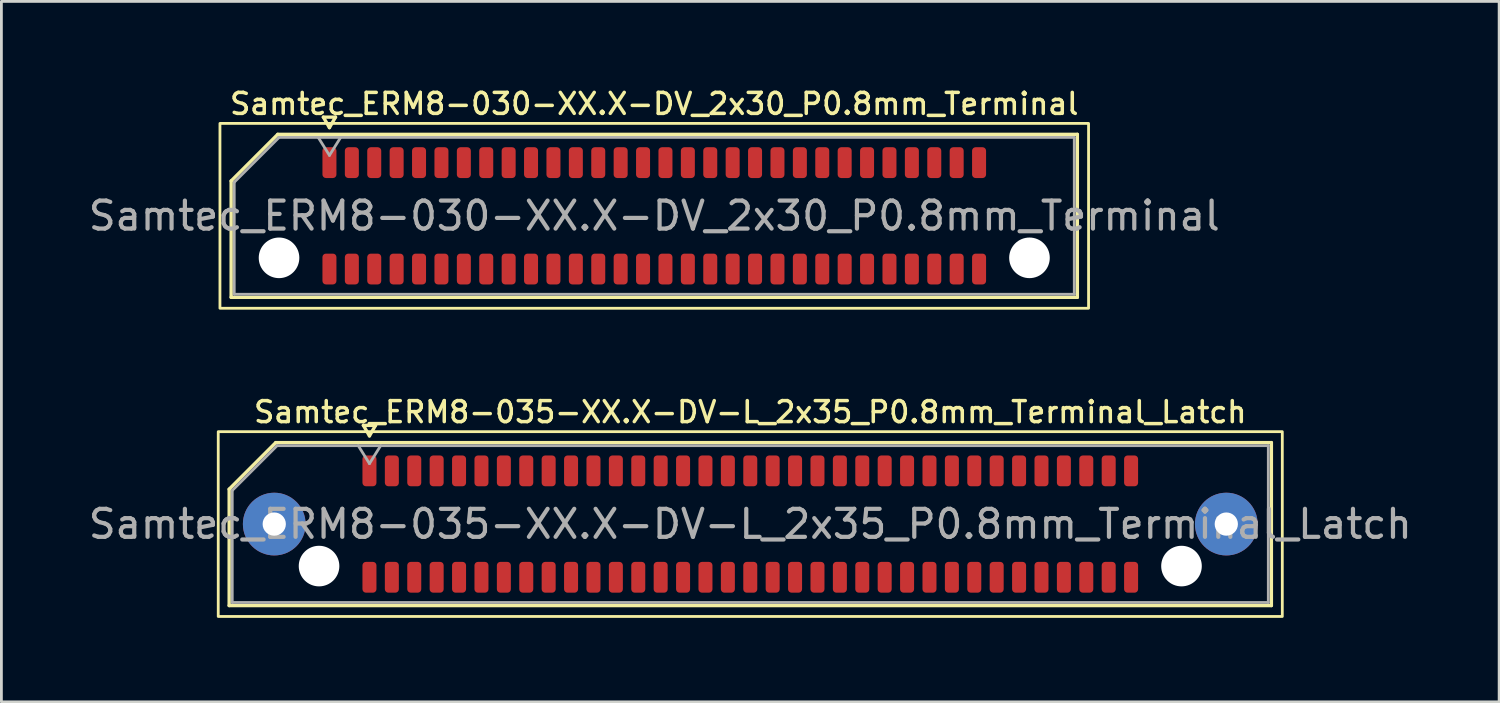
<source format=kicad_pcb>
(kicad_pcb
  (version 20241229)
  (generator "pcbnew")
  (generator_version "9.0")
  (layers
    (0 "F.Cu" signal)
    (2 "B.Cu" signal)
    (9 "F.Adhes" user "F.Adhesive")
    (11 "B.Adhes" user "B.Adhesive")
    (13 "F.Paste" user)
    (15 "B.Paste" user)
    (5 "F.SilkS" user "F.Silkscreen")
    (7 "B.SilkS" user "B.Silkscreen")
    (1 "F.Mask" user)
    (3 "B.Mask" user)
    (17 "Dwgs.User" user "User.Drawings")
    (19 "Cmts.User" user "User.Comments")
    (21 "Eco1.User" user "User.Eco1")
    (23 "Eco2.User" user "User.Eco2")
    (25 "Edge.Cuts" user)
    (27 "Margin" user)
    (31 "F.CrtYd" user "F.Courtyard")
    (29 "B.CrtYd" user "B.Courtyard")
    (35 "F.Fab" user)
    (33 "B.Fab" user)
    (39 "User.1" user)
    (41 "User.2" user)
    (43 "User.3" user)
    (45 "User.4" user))
  (footprint "Samtec_ERM8-035-XX.X-DV-L_2x35_P0.8mm_Terminal_Latch"
    (layer "F.Cu")
    (at 23.744 15.666)
    (property "Reference" "Samtec_ERM8-035-XX.X-DV-L_2x35_P0.8mm_Terminal_Latch" (at 0 -4 0) (layer "F.SilkS") (effects (font (size 0.75 0.75) (thickness 0.125))))
    (attr smd)
    (fp_line (start -18.61 -1.246) (end -16.946 -2.91) (stroke (width 0.12) (type solid)) (layer "F.SilkS"))
    (fp_line (start -18.61 2.91) (end -18.61 -1.246) (stroke (width 0.12) (type solid)) (layer "F.SilkS"))
    (fp_line (start -16.946 -2.91) (end 18.61 -2.91) (stroke (width 0.12) (type solid)) (layer "F.SilkS"))
    (fp_line (start -13.817 -3.525) (end -13.6 -3.15) (stroke (width 0.12) (type solid)) (layer "F.SilkS"))
    (fp_line (start -13.6 -3.15) (end -13.383 -3.525) (stroke (width 0.12) (type solid)) (layer "F.SilkS"))
    (fp_line (start -13.383 -3.525) (end -13.817 -3.525) (stroke (width 0.12) (type solid)) (layer "F.SilkS"))
    (fp_line (start 18.61 -2.91) (end 18.61 2.91) (stroke (width 0.12) (type solid)) (layer "F.SilkS"))
    (fp_line (start 18.61 2.91) (end -18.61 2.91) (stroke (width 0.12) (type solid)) (layer "F.SilkS"))
    (fp_rect (start -19 -3.3) (end 19 3.3) (stroke (width 0.1) (type solid)) (fill no) (layer "F.SilkS"))
    (fp_line (start -18.5 -1.2) (end -16.9 -2.8) (stroke (width 0.1) (type solid)) (layer "F.Fab"))
    (fp_line (start -18.5 2.8) (end -18.5 -1.2) (stroke (width 0.1) (type solid)) (layer "F.Fab"))
    (fp_line (start -16.9 -2.8) (end 18.5 -2.8) (stroke (width 0.1) (type solid)) (layer "F.Fab"))
    (fp_line (start -14 -2.8) (end -13.6 -2.16) (stroke (width 0.1) (type solid)) (layer "F.Fab"))
    (fp_line (start -13.6 -2.16) (end -13.2 -2.8) (stroke (width 0.1) (type solid)) (layer "F.Fab"))
    (fp_line (start 18.5 -2.8) (end 18.5 2.8) (stroke (width 0.1) (type solid)) (layer "F.Fab"))
    (fp_line (start 18.5 2.8) (end -18.5 2.8) (stroke (width 0.1) (type solid)) (layer "F.Fab"))
    (fp_text user "${REFERENCE}" (at 0 0 0) (layer "F.Fab") (effects (font (size 1 1) (thickness 0.15))))
    (pad "" thru_hole circle (at -17 0) (size 2.24 2.24) (drill 0.83) (layers "*.Cu" "*.Mask" "F.Paste"))
    (pad "" np_thru_hole circle (at -15.4 1.5) (size 1.45 1.45) (drill 1.45) (layers "*.Cu" "*.Mask"))
    (pad "" np_thru_hole circle (at 15.4 1.5) (size 1.45 1.45) (drill 1.45) (layers "*.Cu" "*.Mask"))
    (pad "" thru_hole circle (at 17 0) (size 2.24 2.24) (drill 0.83) (layers "*.Cu" "*.Mask" "F.Paste"))
    (pad "1" smd roundrect (at -13.6 -1.9) (size 0.5 1.1) (layers "F.Cu" "F.Mask" "F.Paste") (roundrect_rratio 0.25))
    (pad "2" smd roundrect (at -13.6 1.9) (size 0.5 1.1) (layers "F.Cu" "F.Mask" "F.Paste") (roundrect_rratio 0.25))
    (pad "3" smd roundrect (at -12.8 -1.9) (size 0.5 1.1) (layers "F.Cu" "F.Mask" "F.Paste") (roundrect_rratio 0.25))
    (pad "4" smd roundrect (at -12.8 1.9) (size 0.5 1.1) (layers "F.Cu" "F.Mask" "F.Paste") (roundrect_rratio 0.25))
    (pad "5" smd roundrect (at -12 -1.9) (size 0.5 1.1) (layers "F.Cu" "F.Mask" "F.Paste") (roundrect_rratio 0.25))
    (pad "6" smd roundrect (at -12 1.9) (size 0.5 1.1) (layers "F.Cu" "F.Mask" "F.Paste") (roundrect_rratio 0.25))
    (pad "7" smd roundrect (at -11.2 -1.9) (size 0.5 1.1) (layers "F.Cu" "F.Mask" "F.Paste") (roundrect_rratio 0.25))
    (pad "8" smd roundrect (at -11.2 1.9) (size 0.5 1.1) (layers "F.Cu" "F.Mask" "F.Paste") (roundrect_rratio 0.25))
    (pad "9" smd roundrect (at -10.4 -1.9) (size 0.5 1.1) (layers "F.Cu" "F.Mask" "F.Paste") (roundrect_rratio 0.25))
    (pad "10" smd roundrect (at -10.4 1.9) (size 0.5 1.1) (layers "F.Cu" "F.Mask" "F.Paste") (roundrect_rratio 0.25))
    (pad "11" smd roundrect (at -9.6 -1.9) (size 0.5 1.1) (layers "F.Cu" "F.Mask" "F.Paste") (roundrect_rratio 0.25))
    (pad "12" smd roundrect (at -9.6 1.9) (size 0.5 1.1) (layers "F.Cu" "F.Mask" "F.Paste") (roundrect_rratio 0.25))
    (pad "13" smd roundrect (at -8.8 -1.9) (size 0.5 1.1) (layers "F.Cu" "F.Mask" "F.Paste") (roundrect_rratio 0.25))
    (pad "14" smd roundrect (at -8.8 1.9) (size 0.5 1.1) (layers "F.Cu" "F.Mask" "F.Paste") (roundrect_rratio 0.25))
    (pad "15" smd roundrect (at -8 -1.9) (size 0.5 1.1) (layers "F.Cu" "F.Mask" "F.Paste") (roundrect_rratio 0.25))
    (pad "16" smd roundrect (at -8 1.9) (size 0.5 1.1) (layers "F.Cu" "F.Mask" "F.Paste") (roundrect_rratio 0.25))
    (pad "17" smd roundrect (at -7.2 -1.9) (size 0.5 1.1) (layers "F.Cu" "F.Mask" "F.Paste") (roundrect_rratio 0.25))
    (pad "18" smd roundrect (at -7.2 1.9) (size 0.5 1.1) (layers "F.Cu" "F.Mask" "F.Paste") (roundrect_rratio 0.25))
    (pad "19" smd roundrect (at -6.4 -1.9) (size 0.5 1.1) (layers "F.Cu" "F.Mask" "F.Paste") (roundrect_rratio 0.25))
    (pad "20" smd roundrect (at -6.4 1.9) (size 0.5 1.1) (layers "F.Cu" "F.Mask" "F.Paste") (roundrect_rratio 0.25))
    (pad "21" smd roundrect (at -5.6 -1.9) (size 0.5 1.1) (layers "F.Cu" "F.Mask" "F.Paste") (roundrect_rratio 0.25))
    (pad "22" smd roundrect (at -5.6 1.9) (size 0.5 1.1) (layers "F.Cu" "F.Mask" "F.Paste") (roundrect_rratio 0.25))
    (pad "23" smd roundrect (at -4.8 -1.9) (size 0.5 1.1) (layers "F.Cu" "F.Mask" "F.Paste") (roundrect_rratio 0.25))
    (pad "24" smd roundrect (at -4.8 1.9) (size 0.5 1.1) (layers "F.Cu" "F.Mask" "F.Paste") (roundrect_rratio 0.25))
    (pad "25" smd roundrect (at -4 -1.9) (size 0.5 1.1) (layers "F.Cu" "F.Mask" "F.Paste") (roundrect_rratio 0.25))
    (pad "26" smd roundrect (at -4 1.9) (size 0.5 1.1) (layers "F.Cu" "F.Mask" "F.Paste") (roundrect_rratio 0.25))
    (pad "27" smd roundrect (at -3.2 -1.9) (size 0.5 1.1) (layers "F.Cu" "F.Mask" "F.Paste") (roundrect_rratio 0.25))
    (pad "28" smd roundrect (at -3.2 1.9) (size 0.5 1.1) (layers "F.Cu" "F.Mask" "F.Paste") (roundrect_rratio 0.25))
    (pad "29" smd roundrect (at -2.4 -1.9) (size 0.5 1.1) (layers "F.Cu" "F.Mask" "F.Paste") (roundrect_rratio 0.25))
    (pad "30" smd roundrect (at -2.4 1.9) (size 0.5 1.1) (layers "F.Cu" "F.Mask" "F.Paste") (roundrect_rratio 0.25))
    (pad "31" smd roundrect (at -1.6 -1.9) (size 0.5 1.1) (layers "F.Cu" "F.Mask" "F.Paste") (roundrect_rratio 0.25))
    (pad "32" smd roundrect (at -1.6 1.9) (size 0.5 1.1) (layers "F.Cu" "F.Mask" "F.Paste") (roundrect_rratio 0.25))
    (pad "33" smd roundrect (at -0.8 -1.9) (size 0.5 1.1) (layers "F.Cu" "F.Mask" "F.Paste") (roundrect_rratio 0.25))
    (pad "34" smd roundrect (at -0.8 1.9) (size 0.5 1.1) (layers "F.Cu" "F.Mask" "F.Paste") (roundrect_rratio 0.25))
    (pad "35" smd roundrect (at 0 -1.9) (size 0.5 1.1) (layers "F.Cu" "F.Mask" "F.Paste") (roundrect_rratio 0.25))
    (pad "36" smd roundrect (at 0 1.9) (size 0.5 1.1) (layers "F.Cu" "F.Mask" "F.Paste") (roundrect_rratio 0.25))
    (pad "37" smd roundrect (at 0.8 -1.9) (size 0.5 1.1) (layers "F.Cu" "F.Mask" "F.Paste") (roundrect_rratio 0.25))
    (pad "38" smd roundrect (at 0.8 1.9) (size 0.5 1.1) (layers "F.Cu" "F.Mask" "F.Paste") (roundrect_rratio 0.25))
    (pad "39" smd roundrect (at 1.6 -1.9) (size 0.5 1.1) (layers "F.Cu" "F.Mask" "F.Paste") (roundrect_rratio 0.25))
    (pad "40" smd roundrect (at 1.6 1.9) (size 0.5 1.1) (layers "F.Cu" "F.Mask" "F.Paste") (roundrect_rratio 0.25))
    (pad "41" smd roundrect (at 2.4 -1.9) (size 0.5 1.1) (layers "F.Cu" "F.Mask" "F.Paste") (roundrect_rratio 0.25))
    (pad "42" smd roundrect (at 2.4 1.9) (size 0.5 1.1) (layers "F.Cu" "F.Mask" "F.Paste") (roundrect_rratio 0.25))
    (pad "43" smd roundrect (at 3.2 -1.9) (size 0.5 1.1) (layers "F.Cu" "F.Mask" "F.Paste") (roundrect_rratio 0.25))
    (pad "44" smd roundrect (at 3.2 1.9) (size 0.5 1.1) (layers "F.Cu" "F.Mask" "F.Paste") (roundrect_rratio 0.25))
    (pad "45" smd roundrect (at 4 -1.9) (size 0.5 1.1) (layers "F.Cu" "F.Mask" "F.Paste") (roundrect_rratio 0.25))
    (pad "46" smd roundrect (at 4 1.9) (size 0.5 1.1) (layers "F.Cu" "F.Mask" "F.Paste") (roundrect_rratio 0.25))
    (pad "47" smd roundrect (at 4.8 -1.9) (size 0.5 1.1) (layers "F.Cu" "F.Mask" "F.Paste") (roundrect_rratio 0.25))
    (pad "48" smd roundrect (at 4.8 1.9) (size 0.5 1.1) (layers "F.Cu" "F.Mask" "F.Paste") (roundrect_rratio 0.25))
    (pad "49" smd roundrect (at 5.6 -1.9) (size 0.5 1.1) (layers "F.Cu" "F.Mask" "F.Paste") (roundrect_rratio 0.25))
    (pad "50" smd roundrect (at 5.6 1.9) (size 0.5 1.1) (layers "F.Cu" "F.Mask" "F.Paste") (roundrect_rratio 0.25))
    (pad "51" smd roundrect (at 6.4 -1.9) (size 0.5 1.1) (layers "F.Cu" "F.Mask" "F.Paste") (roundrect_rratio 0.25))
    (pad "52" smd roundrect (at 6.4 1.9) (size 0.5 1.1) (layers "F.Cu" "F.Mask" "F.Paste") (roundrect_rratio 0.25))
    (pad "53" smd roundrect (at 7.2 -1.9) (size 0.5 1.1) (layers "F.Cu" "F.Mask" "F.Paste") (roundrect_rratio 0.25))
    (pad "54" smd roundrect (at 7.2 1.9) (size 0.5 1.1) (layers "F.Cu" "F.Mask" "F.Paste") (roundrect_rratio 0.25))
    (pad "55" smd roundrect (at 8 -1.9) (size 0.5 1.1) (layers "F.Cu" "F.Mask" "F.Paste") (roundrect_rratio 0.25))
    (pad "56" smd roundrect (at 8 1.9) (size 0.5 1.1) (layers "F.Cu" "F.Mask" "F.Paste") (roundrect_rratio 0.25))
    (pad "57" smd roundrect (at 8.8 -1.9) (size 0.5 1.1) (layers "F.Cu" "F.Mask" "F.Paste") (roundrect_rratio 0.25))
    (pad "58" smd roundrect (at 8.8 1.9) (size 0.5 1.1) (layers "F.Cu" "F.Mask" "F.Paste") (roundrect_rratio 0.25))
    (pad "59" smd roundrect (at 9.6 -1.9) (size 0.5 1.1) (layers "F.Cu" "F.Mask" "F.Paste") (roundrect_rratio 0.25))
    (pad "60" smd roundrect (at 9.6 1.9) (size 0.5 1.1) (layers "F.Cu" "F.Mask" "F.Paste") (roundrect_rratio 0.25))
    (pad "61" smd roundrect (at 10.4 -1.9) (size 0.5 1.1) (layers "F.Cu" "F.Mask" "F.Paste") (roundrect_rratio 0.25))
    (pad "62" smd roundrect (at 10.4 1.9) (size 0.5 1.1) (layers "F.Cu" "F.Mask" "F.Paste") (roundrect_rratio 0.25))
    (pad "63" smd roundrect (at 11.2 -1.9) (size 0.5 1.1) (layers "F.Cu" "F.Mask" "F.Paste") (roundrect_rratio 0.25))
    (pad "64" smd roundrect (at 11.2 1.9) (size 0.5 1.1) (layers "F.Cu" "F.Mask" "F.Paste") (roundrect_rratio 0.25))
    (pad "65" smd roundrect (at 12 -1.9) (size 0.5 1.1) (layers "F.Cu" "F.Mask" "F.Paste") (roundrect_rratio 0.25))
    (pad "66" smd roundrect (at 12 1.9) (size 0.5 1.1) (layers "F.Cu" "F.Mask" "F.Paste") (roundrect_rratio 0.25))
    (pad "67" smd roundrect (at 12.8 -1.9) (size 0.5 1.1) (layers "F.Cu" "F.Mask" "F.Paste") (roundrect_rratio 0.25))
    (pad "68" smd roundrect (at 12.8 1.9) (size 0.5 1.1) (layers "F.Cu" "F.Mask" "F.Paste") (roundrect_rratio 0.25))
    (pad "69" smd roundrect (at 13.6 -1.9) (size 0.5 1.1) (layers "F.Cu" "F.Mask" "F.Paste") (roundrect_rratio 0.25))
    (pad "70" smd roundrect (at 13.6 1.9) (size 0.5 1.1) (layers "F.Cu" "F.Mask" "F.Paste") (roundrect_rratio 0.25)))
  (footprint "Samtec_ERM8-030-XX.X-DV_2x30_P0.8mm_Terminal"
    (layer "F.Cu")
    (at 20.315 4.658)
    (property "Reference" "Samtec_ERM8-030-XX.X-DV_2x30_P0.8mm_Terminal" (at 0 -4 0) (layer "F.SilkS") (effects (font (size 0.75 0.75) (thickness 0.125))))
    (attr smd)
    (fp_line (start -15.11 -1.246) (end -13.446 -2.91) (stroke (width 0.12) (type solid)) (layer "F.SilkS"))
    (fp_line (start -15.11 2.91) (end -15.11 -1.246) (stroke (width 0.12) (type solid)) (layer "F.SilkS"))
    (fp_line (start -13.446 -2.91) (end 15.11 -2.91) (stroke (width 0.12) (type solid)) (layer "F.SilkS"))
    (fp_line (start -11.817 -3.525) (end -11.6 -3.15) (stroke (width 0.12) (type solid)) (layer "F.SilkS"))
    (fp_line (start -11.6 -3.15) (end -11.383 -3.525) (stroke (width 0.12) (type solid)) (layer "F.SilkS"))
    (fp_line (start -11.383 -3.525) (end -11.817 -3.525) (stroke (width 0.12) (type solid)) (layer "F.SilkS"))
    (fp_line (start 15.11 -2.91) (end 15.11 2.91) (stroke (width 0.12) (type solid)) (layer "F.SilkS"))
    (fp_line (start 15.11 2.91) (end -15.11 2.91) (stroke (width 0.12) (type solid)) (layer "F.SilkS"))
    (fp_rect (start -15.51 -3.3) (end 15.51 3.3) (stroke (width 0.1) (type solid)) (fill no) (layer "F.SilkS"))
    (fp_line (start -15 -1.2) (end -13.4 -2.8) (stroke (width 0.1) (type solid)) (layer "F.Fab"))
    (fp_line (start -15 2.8) (end -15 -1.2) (stroke (width 0.1) (type solid)) (layer "F.Fab"))
    (fp_line (start -13.4 -2.8) (end 15 -2.8) (stroke (width 0.1) (type solid)) (layer "F.Fab"))
    (fp_line (start -12 -2.8) (end -11.6 -2.16) (stroke (width 0.1) (type solid)) (layer "F.Fab"))
    (fp_line (start -11.6 -2.16) (end -11.2 -2.8) (stroke (width 0.1) (type solid)) (layer "F.Fab"))
    (fp_line (start 15 -2.8) (end 15 2.8) (stroke (width 0.1) (type solid)) (layer "F.Fab"))
    (fp_line (start 15 2.8) (end -15 2.8) (stroke (width 0.1) (type solid)) (layer "F.Fab"))
    (fp_text user "${REFERENCE}" (at 0 0 0) (layer "F.Fab") (effects (font (size 1 1) (thickness 0.15))))
    (pad "" np_thru_hole circle (at -13.4 1.5) (size 1.45 1.45) (drill 1.45) (layers "*.Cu" "*.Mask"))
    (pad "" np_thru_hole circle (at 13.4 1.5) (size 1.45 1.45) (drill 1.45) (layers "*.Cu" "*.Mask"))
    (pad "1" smd roundrect (at -11.6 -1.9) (size 0.5 1.1) (layers "F.Cu" "F.Mask" "F.Paste") (roundrect_rratio 0.25))
    (pad "2" smd roundrect (at -11.6 1.9) (size 0.5 1.1) (layers "F.Cu" "F.Mask" "F.Paste") (roundrect_rratio 0.25))
    (pad "3" smd roundrect (at -10.8 -1.9) (size 0.5 1.1) (layers "F.Cu" "F.Mask" "F.Paste") (roundrect_rratio 0.25))
    (pad "4" smd roundrect (at -10.8 1.9) (size 0.5 1.1) (layers "F.Cu" "F.Mask" "F.Paste") (roundrect_rratio 0.25))
    (pad "5" smd roundrect (at -10 -1.9) (size 0.5 1.1) (layers "F.Cu" "F.Mask" "F.Paste") (roundrect_rratio 0.25))
    (pad "6" smd roundrect (at -10 1.9) (size 0.5 1.1) (layers "F.Cu" "F.Mask" "F.Paste") (roundrect_rratio 0.25))
    (pad "7" smd roundrect (at -9.2 -1.9) (size 0.5 1.1) (layers "F.Cu" "F.Mask" "F.Paste") (roundrect_rratio 0.25))
    (pad "8" smd roundrect (at -9.2 1.9) (size 0.5 1.1) (layers "F.Cu" "F.Mask" "F.Paste") (roundrect_rratio 0.25))
    (pad "9" smd roundrect (at -8.4 -1.9) (size 0.5 1.1) (layers "F.Cu" "F.Mask" "F.Paste") (roundrect_rratio 0.25))
    (pad "10" smd roundrect (at -8.4 1.9) (size 0.5 1.1) (layers "F.Cu" "F.Mask" "F.Paste") (roundrect_rratio 0.25))
    (pad "11" smd roundrect (at -7.6 -1.9) (size 0.5 1.1) (layers "F.Cu" "F.Mask" "F.Paste") (roundrect_rratio 0.25))
    (pad "12" smd roundrect (at -7.6 1.9) (size 0.5 1.1) (layers "F.Cu" "F.Mask" "F.Paste") (roundrect_rratio 0.25))
    (pad "13" smd roundrect (at -6.8 -1.9) (size 0.5 1.1) (layers "F.Cu" "F.Mask" "F.Paste") (roundrect_rratio 0.25))
    (pad "14" smd roundrect (at -6.8 1.9) (size 0.5 1.1) (layers "F.Cu" "F.Mask" "F.Paste") (roundrect_rratio 0.25))
    (pad "15" smd roundrect (at -6 -1.9) (size 0.5 1.1) (layers "F.Cu" "F.Mask" "F.Paste") (roundrect_rratio 0.25))
    (pad "16" smd roundrect (at -6 1.9) (size 0.5 1.1) (layers "F.Cu" "F.Mask" "F.Paste") (roundrect_rratio 0.25))
    (pad "17" smd roundrect (at -5.2 -1.9) (size 0.5 1.1) (layers "F.Cu" "F.Mask" "F.Paste") (roundrect_rratio 0.25))
    (pad "18" smd roundrect (at -5.2 1.9) (size 0.5 1.1) (layers "F.Cu" "F.Mask" "F.Paste") (roundrect_rratio 0.25))
    (pad "19" smd roundrect (at -4.4 -1.9) (size 0.5 1.1) (layers "F.Cu" "F.Mask" "F.Paste") (roundrect_rratio 0.25))
    (pad "20" smd roundrect (at -4.4 1.9) (size 0.5 1.1) (layers "F.Cu" "F.Mask" "F.Paste") (roundrect_rratio 0.25))
    (pad "21" smd roundrect (at -3.6 -1.9) (size 0.5 1.1) (layers "F.Cu" "F.Mask" "F.Paste") (roundrect_rratio 0.25))
    (pad "22" smd roundrect (at -3.6 1.9) (size 0.5 1.1) (layers "F.Cu" "F.Mask" "F.Paste") (roundrect_rratio 0.25))
    (pad "23" smd roundrect (at -2.8 -1.9) (size 0.5 1.1) (layers "F.Cu" "F.Mask" "F.Paste") (roundrect_rratio 0.25))
    (pad "24" smd roundrect (at -2.8 1.9) (size 0.5 1.1) (layers "F.Cu" "F.Mask" "F.Paste") (roundrect_rratio 0.25))
    (pad "25" smd roundrect (at -2 -1.9) (size 0.5 1.1) (layers "F.Cu" "F.Mask" "F.Paste") (roundrect_rratio 0.25))
    (pad "26" smd roundrect (at -2 1.9) (size 0.5 1.1) (layers "F.Cu" "F.Mask" "F.Paste") (roundrect_rratio 0.25))
    (pad "27" smd roundrect (at -1.2 -1.9) (size 0.5 1.1) (layers "F.Cu" "F.Mask" "F.Paste") (roundrect_rratio 0.25))
    (pad "28" smd roundrect (at -1.2 1.9) (size 0.5 1.1) (layers "F.Cu" "F.Mask" "F.Paste") (roundrect_rratio 0.25))
    (pad "29" smd roundrect (at -0.4 -1.9) (size 0.5 1.1) (layers "F.Cu" "F.Mask" "F.Paste") (roundrect_rratio 0.25))
    (pad "30" smd roundrect (at -0.4 1.9) (size 0.5 1.1) (layers "F.Cu" "F.Mask" "F.Paste") (roundrect_rratio 0.25))
    (pad "31" smd roundrect (at 0.4 -1.9) (size 0.5 1.1) (layers "F.Cu" "F.Mask" "F.Paste") (roundrect_rratio 0.25))
    (pad "32" smd roundrect (at 0.4 1.9) (size 0.5 1.1) (layers "F.Cu" "F.Mask" "F.Paste") (roundrect_rratio 0.25))
    (pad "33" smd roundrect (at 1.2 -1.9) (size 0.5 1.1) (layers "F.Cu" "F.Mask" "F.Paste") (roundrect_rratio 0.25))
    (pad "34" smd roundrect (at 1.2 1.9) (size 0.5 1.1) (layers "F.Cu" "F.Mask" "F.Paste") (roundrect_rratio 0.25))
    (pad "35" smd roundrect (at 2 -1.9) (size 0.5 1.1) (layers "F.Cu" "F.Mask" "F.Paste") (roundrect_rratio 0.25))
    (pad "36" smd roundrect (at 2 1.9) (size 0.5 1.1) (layers "F.Cu" "F.Mask" "F.Paste") (roundrect_rratio 0.25))
    (pad "37" smd roundrect (at 2.8 -1.9) (size 0.5 1.1) (layers "F.Cu" "F.Mask" "F.Paste") (roundrect_rratio 0.25))
    (pad "38" smd roundrect (at 2.8 1.9) (size 0.5 1.1) (layers "F.Cu" "F.Mask" "F.Paste") (roundrect_rratio 0.25))
    (pad "39" smd roundrect (at 3.6 -1.9) (size 0.5 1.1) (layers "F.Cu" "F.Mask" "F.Paste") (roundrect_rratio 0.25))
    (pad "40" smd roundrect (at 3.6 1.9) (size 0.5 1.1) (layers "F.Cu" "F.Mask" "F.Paste") (roundrect_rratio 0.25))
    (pad "41" smd roundrect (at 4.4 -1.9) (size 0.5 1.1) (layers "F.Cu" "F.Mask" "F.Paste") (roundrect_rratio 0.25))
    (pad "42" smd roundrect (at 4.4 1.9) (size 0.5 1.1) (layers "F.Cu" "F.Mask" "F.Paste") (roundrect_rratio 0.25))
    (pad "43" smd roundrect (at 5.2 -1.9) (size 0.5 1.1) (layers "F.Cu" "F.Mask" "F.Paste") (roundrect_rratio 0.25))
    (pad "44" smd roundrect (at 5.2 1.9) (size 0.5 1.1) (layers "F.Cu" "F.Mask" "F.Paste") (roundrect_rratio 0.25))
    (pad "45" smd roundrect (at 6 -1.9) (size 0.5 1.1) (layers "F.Cu" "F.Mask" "F.Paste") (roundrect_rratio 0.25))
    (pad "46" smd roundrect (at 6 1.9) (size 0.5 1.1) (layers "F.Cu" "F.Mask" "F.Paste") (roundrect_rratio 0.25))
    (pad "47" smd roundrect (at 6.8 -1.9) (size 0.5 1.1) (layers "F.Cu" "F.Mask" "F.Paste") (roundrect_rratio 0.25))
    (pad "48" smd roundrect (at 6.8 1.9) (size 0.5 1.1) (layers "F.Cu" "F.Mask" "F.Paste") (roundrect_rratio 0.25))
    (pad "49" smd roundrect (at 7.6 -1.9) (size 0.5 1.1) (layers "F.Cu" "F.Mask" "F.Paste") (roundrect_rratio 0.25))
    (pad "50" smd roundrect (at 7.6 1.9) (size 0.5 1.1) (layers "F.Cu" "F.Mask" "F.Paste") (roundrect_rratio 0.25))
    (pad "51" smd roundrect (at 8.4 -1.9) (size 0.5 1.1) (layers "F.Cu" "F.Mask" "F.Paste") (roundrect_rratio 0.25))
    (pad "52" smd roundrect (at 8.4 1.9) (size 0.5 1.1) (layers "F.Cu" "F.Mask" "F.Paste") (roundrect_rratio 0.25))
    (pad "53" smd roundrect (at 9.2 -1.9) (size 0.5 1.1) (layers "F.Cu" "F.Mask" "F.Paste") (roundrect_rratio 0.25))
    (pad "54" smd roundrect (at 9.2 1.9) (size 0.5 1.1) (layers "F.Cu" "F.Mask" "F.Paste") (roundrect_rratio 0.25))
    (pad "55" smd roundrect (at 10 -1.9) (size 0.5 1.1) (layers "F.Cu" "F.Mask" "F.Paste") (roundrect_rratio 0.25))
    (pad "56" smd roundrect (at 10 1.9) (size 0.5 1.1) (layers "F.Cu" "F.Mask" "F.Paste") (roundrect_rratio 0.25))
    (pad "57" smd roundrect (at 10.8 -1.9) (size 0.5 1.1) (layers "F.Cu" "F.Mask" "F.Paste") (roundrect_rratio 0.25))
    (pad "58" smd roundrect (at 10.8 1.9) (size 0.5 1.1) (layers "F.Cu" "F.Mask" "F.Paste") (roundrect_rratio 0.25))
    (pad "59" smd roundrect (at 11.6 -1.9) (size 0.5 1.1) (layers "F.Cu" "F.Mask" "F.Paste") (roundrect_rratio 0.25))
    (pad "60" smd roundrect (at 11.6 1.9) (size 0.5 1.1) (layers "F.Cu" "F.Mask" "F.Paste") (roundrect_rratio 0.25)))
  (gr_rect
    (start -3 -3)
    (end 50.488 22.016)
    (stroke (width 0.1) (type default))
    (fill no)
    (layer "Edge.Cuts")))
</source>
